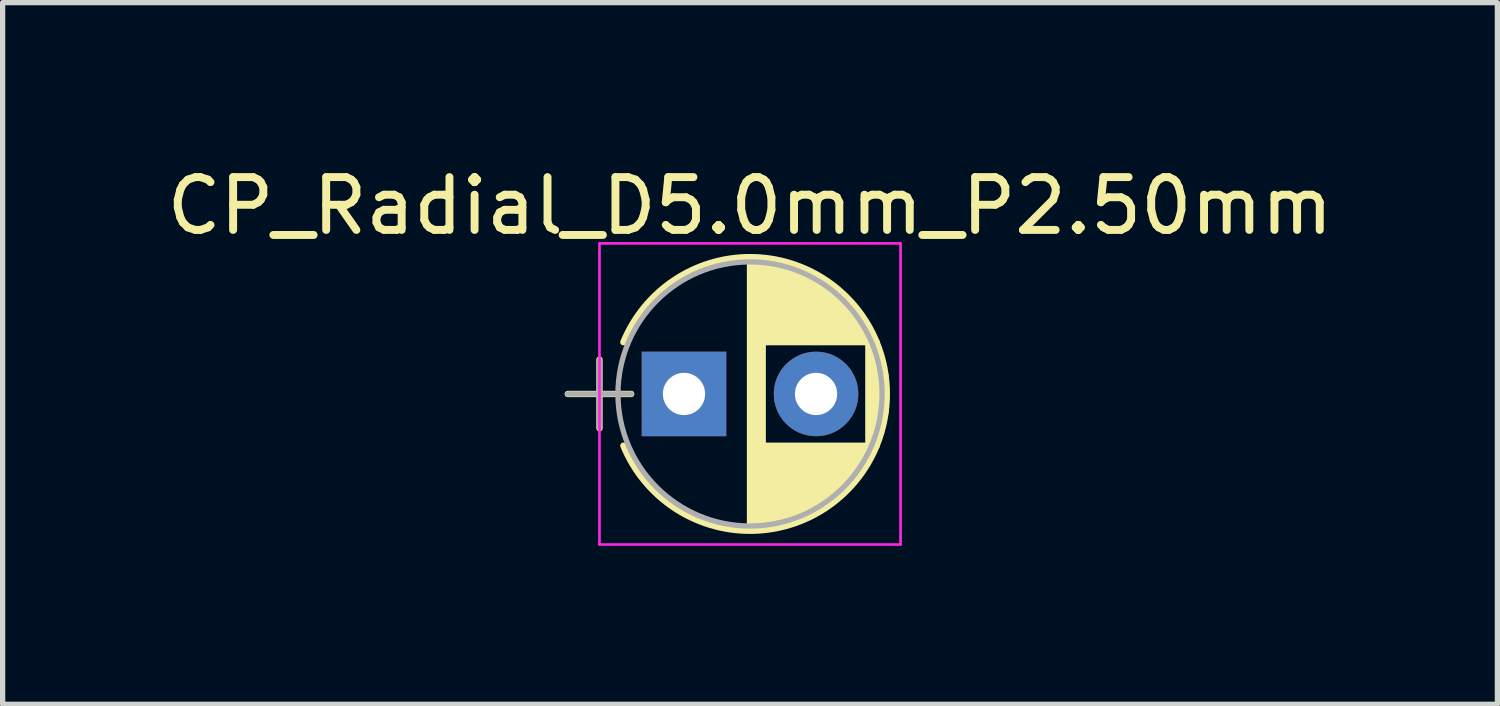
<source format=kicad_pcb>
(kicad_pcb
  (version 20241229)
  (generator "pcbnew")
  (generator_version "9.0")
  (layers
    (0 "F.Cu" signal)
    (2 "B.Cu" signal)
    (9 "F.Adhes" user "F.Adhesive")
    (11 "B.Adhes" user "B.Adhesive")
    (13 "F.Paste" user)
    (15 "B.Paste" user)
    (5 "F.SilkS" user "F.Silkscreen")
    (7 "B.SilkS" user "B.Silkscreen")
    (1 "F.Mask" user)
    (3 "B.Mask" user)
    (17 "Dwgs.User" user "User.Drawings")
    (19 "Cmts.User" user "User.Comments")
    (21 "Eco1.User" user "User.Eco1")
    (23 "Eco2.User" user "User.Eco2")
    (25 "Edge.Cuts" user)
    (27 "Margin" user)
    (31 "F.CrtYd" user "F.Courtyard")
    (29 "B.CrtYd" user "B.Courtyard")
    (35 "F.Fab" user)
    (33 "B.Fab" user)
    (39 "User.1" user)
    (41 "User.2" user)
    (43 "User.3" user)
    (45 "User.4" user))
  (footprint "CP_Radial_D5.0mm_P2.50mm"
    (layer "F.Cu")
    (at 9.899 4.408)
    (property "Reference" "CP_Radial_D5.0mm_P2.50mm" (at 1.25 -3.56 0) (layer "F.SilkS") (effects (font (size 1 1) (thickness 0.15))))
    (attr through_hole)
    (fp_line (start -2.2 0) (end -1 0) (stroke (width 0.12) (type solid)) (layer "F.SilkS"))
    (fp_line (start -1.6 -0.65) (end -1.6 0.65) (stroke (width 0.12) (type solid)) (layer "F.SilkS"))
    (fp_line (start 1.25 -2.55) (end 1.25 2.55) (stroke (width 0.12) (type solid)) (layer "F.SilkS"))
    (fp_line (start 1.29 -2.55) (end 1.29 2.55) (stroke (width 0.12) (type solid)) (layer "F.SilkS"))
    (fp_line (start 1.33 -2.549) (end 1.33 2.549) (stroke (width 0.12) (type solid)) (layer "F.SilkS"))
    (fp_line (start 1.37 -2.548) (end 1.37 2.548) (stroke (width 0.12) (type solid)) (layer "F.SilkS"))
    (fp_line (start 1.41 -2.546) (end 1.41 2.546) (stroke (width 0.12) (type solid)) (layer "F.SilkS"))
    (fp_line (start 1.45 -2.543) (end 1.45 2.543) (stroke (width 0.12) (type solid)) (layer "F.SilkS"))
    (fp_line (start 1.49 -2.539) (end 1.49 2.539) (stroke (width 0.12) (type solid)) (layer "F.SilkS"))
    (fp_line (start 1.53 -2.535) (end 1.53 -0.98) (stroke (width 0.12) (type solid)) (layer "F.SilkS"))
    (fp_line (start 1.53 0.98) (end 1.53 2.535) (stroke (width 0.12) (type solid)) (layer "F.SilkS"))
    (fp_line (start 1.57 -2.531) (end 1.57 -0.98) (stroke (width 0.12) (type solid)) (layer "F.SilkS"))
    (fp_line (start 1.57 0.98) (end 1.57 2.531) (stroke (width 0.12) (type solid)) (layer "F.SilkS"))
    (fp_line (start 1.61 -2.525) (end 1.61 -0.98) (stroke (width 0.12) (type solid)) (layer "F.SilkS"))
    (fp_line (start 1.61 0.98) (end 1.61 2.525) (stroke (width 0.12) (type solid)) (layer "F.SilkS"))
    (fp_line (start 1.65 -2.519) (end 1.65 -0.98) (stroke (width 0.12) (type solid)) (layer "F.SilkS"))
    (fp_line (start 1.65 0.98) (end 1.65 2.519) (stroke (width 0.12) (type solid)) (layer "F.SilkS"))
    (fp_line (start 1.69 -2.513) (end 1.69 -0.98) (stroke (width 0.12) (type solid)) (layer "F.SilkS"))
    (fp_line (start 1.69 0.98) (end 1.69 2.513) (stroke (width 0.12) (type solid)) (layer "F.SilkS"))
    (fp_line (start 1.73 -2.506) (end 1.73 -0.98) (stroke (width 0.12) (type solid)) (layer "F.SilkS"))
    (fp_line (start 1.73 0.98) (end 1.73 2.506) (stroke (width 0.12) (type solid)) (layer "F.SilkS"))
    (fp_line (start 1.77 -2.498) (end 1.77 -0.98) (stroke (width 0.12) (type solid)) (layer "F.SilkS"))
    (fp_line (start 1.77 0.98) (end 1.77 2.498) (stroke (width 0.12) (type solid)) (layer "F.SilkS"))
    (fp_line (start 1.81 -2.489) (end 1.81 -0.98) (stroke (width 0.12) (type solid)) (layer "F.SilkS"))
    (fp_line (start 1.81 0.98) (end 1.81 2.489) (stroke (width 0.12) (type solid)) (layer "F.SilkS"))
    (fp_line (start 1.85 -2.48) (end 1.85 -0.98) (stroke (width 0.12) (type solid)) (layer "F.SilkS"))
    (fp_line (start 1.85 0.98) (end 1.85 2.48) (stroke (width 0.12) (type solid)) (layer "F.SilkS"))
    (fp_line (start 1.89 -2.47) (end 1.89 -0.98) (stroke (width 0.12) (type solid)) (layer "F.SilkS"))
    (fp_line (start 1.89 0.98) (end 1.89 2.47) (stroke (width 0.12) (type solid)) (layer "F.SilkS"))
    (fp_line (start 1.93 -2.46) (end 1.93 -0.98) (stroke (width 0.12) (type solid)) (layer "F.SilkS"))
    (fp_line (start 1.93 0.98) (end 1.93 2.46) (stroke (width 0.12) (type solid)) (layer "F.SilkS"))
    (fp_line (start 1.971 -2.448) (end 1.971 -0.98) (stroke (width 0.12) (type solid)) (layer "F.SilkS"))
    (fp_line (start 1.971 0.98) (end 1.971 2.448) (stroke (width 0.12) (type solid)) (layer "F.SilkS"))
    (fp_line (start 2.011 -2.436) (end 2.011 -0.98) (stroke (width 0.12) (type solid)) (layer "F.SilkS"))
    (fp_line (start 2.011 0.98) (end 2.011 2.436) (stroke (width 0.12) (type solid)) (layer "F.SilkS"))
    (fp_line (start 2.051 -2.424) (end 2.051 -0.98) (stroke (width 0.12) (type solid)) (layer "F.SilkS"))
    (fp_line (start 2.051 0.98) (end 2.051 2.424) (stroke (width 0.12) (type solid)) (layer "F.SilkS"))
    (fp_line (start 2.091 -2.41) (end 2.091 -0.98) (stroke (width 0.12) (type solid)) (layer "F.SilkS"))
    (fp_line (start 2.091 0.98) (end 2.091 2.41) (stroke (width 0.12) (type solid)) (layer "F.SilkS"))
    (fp_line (start 2.131 -2.396) (end 2.131 -0.98) (stroke (width 0.12) (type solid)) (layer "F.SilkS"))
    (fp_line (start 2.131 0.98) (end 2.131 2.396) (stroke (width 0.12) (type solid)) (layer "F.SilkS"))
    (fp_line (start 2.171 -2.382) (end 2.171 -0.98) (stroke (width 0.12) (type solid)) (layer "F.SilkS"))
    (fp_line (start 2.171 0.98) (end 2.171 2.382) (stroke (width 0.12) (type solid)) (layer "F.SilkS"))
    (fp_line (start 2.211 -2.366) (end 2.211 -0.98) (stroke (width 0.12) (type solid)) (layer "F.SilkS"))
    (fp_line (start 2.211 0.98) (end 2.211 2.366) (stroke (width 0.12) (type solid)) (layer "F.SilkS"))
    (fp_line (start 2.251 -2.35) (end 2.251 -0.98) (stroke (width 0.12) (type solid)) (layer "F.SilkS"))
    (fp_line (start 2.251 0.98) (end 2.251 2.35) (stroke (width 0.12) (type solid)) (layer "F.SilkS"))
    (fp_line (start 2.291 -2.333) (end 2.291 -0.98) (stroke (width 0.12) (type solid)) (layer "F.SilkS"))
    (fp_line (start 2.291 0.98) (end 2.291 2.333) (stroke (width 0.12) (type solid)) (layer "F.SilkS"))
    (fp_line (start 2.331 -2.315) (end 2.331 -0.98) (stroke (width 0.12) (type solid)) (layer "F.SilkS"))
    (fp_line (start 2.331 0.98) (end 2.331 2.315) (stroke (width 0.12) (type solid)) (layer "F.SilkS"))
    (fp_line (start 2.371 -2.296) (end 2.371 -0.98) (stroke (width 0.12) (type solid)) (layer "F.SilkS"))
    (fp_line (start 2.371 0.98) (end 2.371 2.296) (stroke (width 0.12) (type solid)) (layer "F.SilkS"))
    (fp_line (start 2.411 -2.276) (end 2.411 -0.98) (stroke (width 0.12) (type solid)) (layer "F.SilkS"))
    (fp_line (start 2.411 0.98) (end 2.411 2.276) (stroke (width 0.12) (type solid)) (layer "F.SilkS"))
    (fp_line (start 2.451 -2.256) (end 2.451 -0.98) (stroke (width 0.12) (type solid)) (layer "F.SilkS"))
    (fp_line (start 2.451 0.98) (end 2.451 2.256) (stroke (width 0.12) (type solid)) (layer "F.SilkS"))
    (fp_line (start 2.491 -2.234) (end 2.491 -0.98) (stroke (width 0.12) (type solid)) (layer "F.SilkS"))
    (fp_line (start 2.491 0.98) (end 2.491 2.234) (stroke (width 0.12) (type solid)) (layer "F.SilkS"))
    (fp_line (start 2.531 -2.212) (end 2.531 -0.98) (stroke (width 0.12) (type solid)) (layer "F.SilkS"))
    (fp_line (start 2.531 0.98) (end 2.531 2.212) (stroke (width 0.12) (type solid)) (layer "F.SilkS"))
    (fp_line (start 2.571 -2.189) (end 2.571 -0.98) (stroke (width 0.12) (type solid)) (layer "F.SilkS"))
    (fp_line (start 2.571 0.98) (end 2.571 2.189) (stroke (width 0.12) (type solid)) (layer "F.SilkS"))
    (fp_line (start 2.611 -2.165) (end 2.611 -0.98) (stroke (width 0.12) (type solid)) (layer "F.SilkS"))
    (fp_line (start 2.611 0.98) (end 2.611 2.165) (stroke (width 0.12) (type solid)) (layer "F.SilkS"))
    (fp_line (start 2.651 -2.14) (end 2.651 -0.98) (stroke (width 0.12) (type solid)) (layer "F.SilkS"))
    (fp_line (start 2.651 0.98) (end 2.651 2.14) (stroke (width 0.12) (type solid)) (layer "F.SilkS"))
    (fp_line (start 2.691 -2.113) (end 2.691 -0.98) (stroke (width 0.12) (type solid)) (layer "F.SilkS"))
    (fp_line (start 2.691 0.98) (end 2.691 2.113) (stroke (width 0.12) (type solid)) (layer "F.SilkS"))
    (fp_line (start 2.731 -2.086) (end 2.731 -0.98) (stroke (width 0.12) (type solid)) (layer "F.SilkS"))
    (fp_line (start 2.731 0.98) (end 2.731 2.086) (stroke (width 0.12) (type solid)) (layer "F.SilkS"))
    (fp_line (start 2.771 -2.058) (end 2.771 -0.98) (stroke (width 0.12) (type solid)) (layer "F.SilkS"))
    (fp_line (start 2.771 0.98) (end 2.771 2.058) (stroke (width 0.12) (type solid)) (layer "F.SilkS"))
    (fp_line (start 2.811 -2.028) (end 2.811 -0.98) (stroke (width 0.12) (type solid)) (layer "F.SilkS"))
    (fp_line (start 2.811 0.98) (end 2.811 2.028) (stroke (width 0.12) (type solid)) (layer "F.SilkS"))
    (fp_line (start 2.851 -1.997) (end 2.851 -0.98) (stroke (width 0.12) (type solid)) (layer "F.SilkS"))
    (fp_line (start 2.851 0.98) (end 2.851 1.997) (stroke (width 0.12) (type solid)) (layer "F.SilkS"))
    (fp_line (start 2.891 -1.965) (end 2.891 -0.98) (stroke (width 0.12) (type solid)) (layer "F.SilkS"))
    (fp_line (start 2.891 0.98) (end 2.891 1.965) (stroke (width 0.12) (type solid)) (layer "F.SilkS"))
    (fp_line (start 2.931 -1.932) (end 2.931 -0.98) (stroke (width 0.12) (type solid)) (layer "F.SilkS"))
    (fp_line (start 2.931 0.98) (end 2.931 1.932) (stroke (width 0.12) (type solid)) (layer "F.SilkS"))
    (fp_line (start 2.971 -1.897) (end 2.971 -0.98) (stroke (width 0.12) (type solid)) (layer "F.SilkS"))
    (fp_line (start 2.971 0.98) (end 2.971 1.897) (stroke (width 0.12) (type solid)) (layer "F.SilkS"))
    (fp_line (start 3.011 -1.861) (end 3.011 -0.98) (stroke (width 0.12) (type solid)) (layer "F.SilkS"))
    (fp_line (start 3.011 0.98) (end 3.011 1.861) (stroke (width 0.12) (type solid)) (layer "F.SilkS"))
    (fp_line (start 3.051 -1.823) (end 3.051 -0.98) (stroke (width 0.12) (type solid)) (layer "F.SilkS"))
    (fp_line (start 3.051 0.98) (end 3.051 1.823) (stroke (width 0.12) (type solid)) (layer "F.SilkS"))
    (fp_line (start 3.091 -1.783) (end 3.091 -0.98) (stroke (width 0.12) (type solid)) (layer "F.SilkS"))
    (fp_line (start 3.091 0.98) (end 3.091 1.783) (stroke (width 0.12) (type solid)) (layer "F.SilkS"))
    (fp_line (start 3.131 -1.742) (end 3.131 -0.98) (stroke (width 0.12) (type solid)) (layer "F.SilkS"))
    (fp_line (start 3.131 0.98) (end 3.131 1.742) (stroke (width 0.12) (type solid)) (layer "F.SilkS"))
    (fp_line (start 3.171 -1.699) (end 3.171 -0.98) (stroke (width 0.12) (type solid)) (layer "F.SilkS"))
    (fp_line (start 3.171 0.98) (end 3.171 1.699) (stroke (width 0.12) (type solid)) (layer "F.SilkS"))
    (fp_line (start 3.211 -1.654) (end 3.211 -0.98) (stroke (width 0.12) (type solid)) (layer "F.SilkS"))
    (fp_line (start 3.211 0.98) (end 3.211 1.654) (stroke (width 0.12) (type solid)) (layer "F.SilkS"))
    (fp_line (start 3.251 -1.606) (end 3.251 -0.98) (stroke (width 0.12) (type solid)) (layer "F.SilkS"))
    (fp_line (start 3.251 0.98) (end 3.251 1.606) (stroke (width 0.12) (type solid)) (layer "F.SilkS"))
    (fp_line (start 3.291 -1.556) (end 3.291 -0.98) (stroke (width 0.12) (type solid)) (layer "F.SilkS"))
    (fp_line (start 3.291 0.98) (end 3.291 1.556) (stroke (width 0.12) (type solid)) (layer "F.SilkS"))
    (fp_line (start 3.331 -1.504) (end 3.331 -0.98) (stroke (width 0.12) (type solid)) (layer "F.SilkS"))
    (fp_line (start 3.331 0.98) (end 3.331 1.504) (stroke (width 0.12) (type solid)) (layer "F.SilkS"))
    (fp_line (start 3.371 -1.448) (end 3.371 -0.98) (stroke (width 0.12) (type solid)) (layer "F.SilkS"))
    (fp_line (start 3.371 0.98) (end 3.371 1.448) (stroke (width 0.12) (type solid)) (layer "F.SilkS"))
    (fp_line (start 3.411 -1.39) (end 3.411 -0.98) (stroke (width 0.12) (type solid)) (layer "F.SilkS"))
    (fp_line (start 3.411 0.98) (end 3.411 1.39) (stroke (width 0.12) (type solid)) (layer "F.SilkS"))
    (fp_line (start 3.451 -1.327) (end 3.451 -0.98) (stroke (width 0.12) (type solid)) (layer "F.SilkS"))
    (fp_line (start 3.451 0.98) (end 3.451 1.327) (stroke (width 0.12) (type solid)) (layer "F.SilkS"))
    (fp_line (start 3.491 -1.261) (end 3.491 1.261) (stroke (width 0.12) (type solid)) (layer "F.SilkS"))
    (fp_line (start 3.531 -1.189) (end 3.531 1.189) (stroke (width 0.12) (type solid)) (layer "F.SilkS"))
    (fp_line (start 3.571 -1.112) (end 3.571 1.112) (stroke (width 0.12) (type solid)) (layer "F.SilkS"))
    (fp_line (start 3.611 -1.028) (end 3.611 1.028) (stroke (width 0.12) (type solid)) (layer "F.SilkS"))
    (fp_line (start 3.651 -0.934) (end 3.651 0.934) (stroke (width 0.12) (type solid)) (layer "F.SilkS"))
    (fp_line (start 3.691 -0.829) (end 3.691 0.829) (stroke (width 0.12) (type solid)) (layer "F.SilkS"))
    (fp_line (start 3.731 -0.707) (end 3.731 0.707) (stroke (width 0.12) (type solid)) (layer "F.SilkS"))
    (fp_line (start 3.771 -0.559) (end 3.771 0.559) (stroke (width 0.12) (type solid)) (layer "F.SilkS"))
    (fp_line (start 3.811 -0.354) (end 3.811 0.354) (stroke (width 0.12) (type solid)) (layer "F.SilkS"))
    (fp_arc (start -1.147436 -0.98) (mid 1.249244 -2.59) (end 3.646863 -0.9814) (stroke (width 0.12) (type solid)) (layer "F.SilkS"))
    (fp_arc (start 3.646863 0.9814) (mid 1.249244 2.59) (end -1.147436 0.98) (stroke (width 0.12) (type solid)) (layer "F.SilkS"))
    (fp_arc (start 3.647436 -0.98) (mid 3.84 0.000756) (end 3.646863 0.9814) (stroke (width 0.12) (type solid)) (layer "F.SilkS"))
    (fp_line (start -1.6 -2.85) (end -1.6 2.85) (stroke (width 0.05) (type solid)) (layer "F.CrtYd"))
    (fp_line (start -1.6 2.85) (end 4.1 2.85) (stroke (width 0.05) (type solid)) (layer "F.CrtYd"))
    (fp_line (start 4.1 -2.85) (end -1.6 -2.85) (stroke (width 0.05) (type solid)) (layer "F.CrtYd"))
    (fp_line (start 4.1 2.85) (end 4.1 -2.85) (stroke (width 0.05) (type solid)) (layer "F.CrtYd"))
    (fp_line (start -2.2 0) (end -1 0) (stroke (width 0.1) (type solid)) (layer "F.Fab"))
    (fp_line (start -1.6 -0.65) (end -1.6 0.65) (stroke (width 0.1) (type solid)) (layer "F.Fab"))
    (fp_circle (center 1.25 0) (end 3.75 0) (stroke (width 0.1) (type solid)) (fill no) (layer "F.Fab"))
    (pad "1" thru_hole rect (at 0 0) (size 1.6 1.6) (drill 0.8) (layers "*.Cu" "*.Mask"))
    (pad "2" thru_hole circle (at 2.5 0) (size 1.6 1.6) (drill 0.8) (layers "*.Cu" "*.Mask")))
  (gr_rect
    (start -3 -3)
    (end 25.298 10.283)
    (stroke (width 0.1) (type default))
    (fill no)
    (layer "Edge.Cuts")))
</source>
